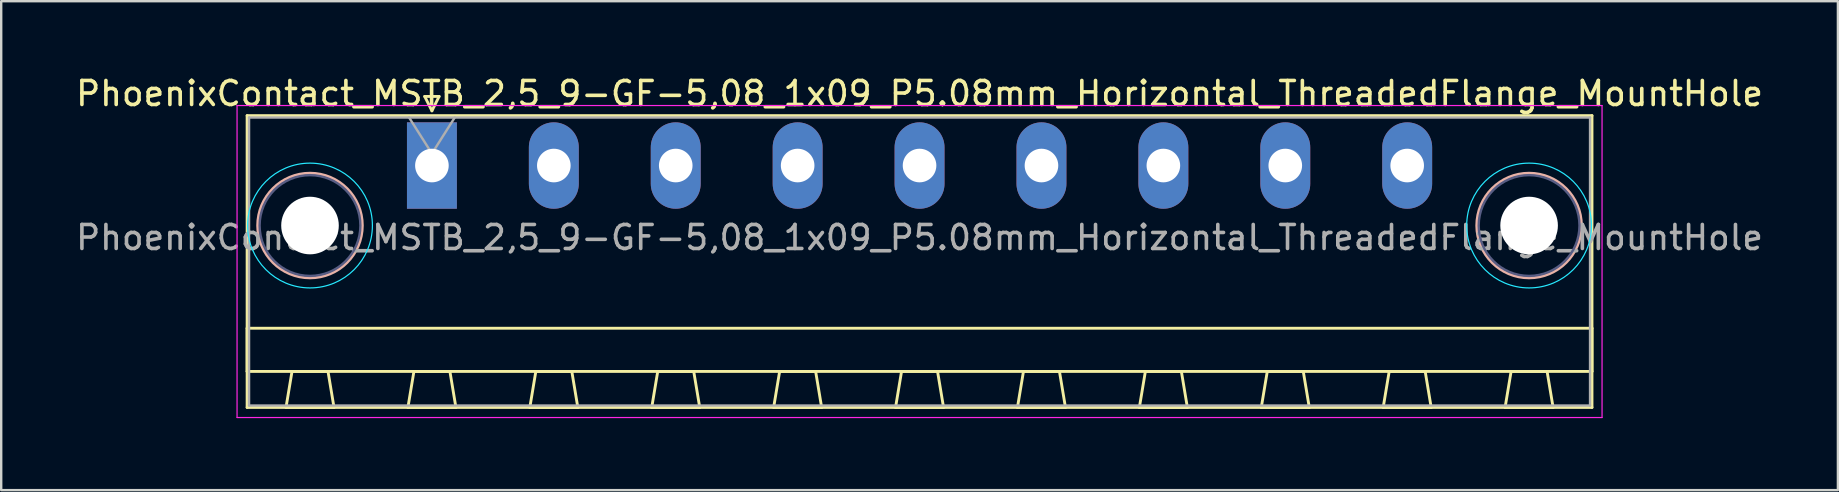
<source format=kicad_pcb>
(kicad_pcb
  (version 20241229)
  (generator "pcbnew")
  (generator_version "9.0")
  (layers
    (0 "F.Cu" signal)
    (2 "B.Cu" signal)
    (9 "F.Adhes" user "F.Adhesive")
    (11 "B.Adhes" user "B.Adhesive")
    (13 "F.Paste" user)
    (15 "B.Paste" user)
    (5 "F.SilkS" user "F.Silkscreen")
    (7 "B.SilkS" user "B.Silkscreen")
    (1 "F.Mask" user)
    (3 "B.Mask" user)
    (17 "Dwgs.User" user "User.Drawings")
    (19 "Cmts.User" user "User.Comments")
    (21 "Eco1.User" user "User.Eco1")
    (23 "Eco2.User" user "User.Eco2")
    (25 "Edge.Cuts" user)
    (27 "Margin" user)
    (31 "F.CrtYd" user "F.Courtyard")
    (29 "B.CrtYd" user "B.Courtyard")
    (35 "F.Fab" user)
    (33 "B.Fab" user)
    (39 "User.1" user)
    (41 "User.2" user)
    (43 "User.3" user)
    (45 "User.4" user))
  (footprint "PhoenixContact_MSTB_2,5_9-GF-5,08_1x09_P5.08mm_Horizontal_ThreadedFlange_MountHole"
    (layer "F.Cu")
    (at 14.948 3.848)
    (property "Reference" "PhoenixContact_MSTB_2,5_9-GF-5,08_1x09_P5.08mm_Horizontal_ThreadedFlange_MountHole" (at 20.32 -3 0) (layer "F.SilkS") (effects (font (size 1 1) (thickness 0.15))))
    (attr through_hole)
    (fp_line (start -7.7 -2.08) (end -7.7 10.08) (stroke (width 0.12) (type solid)) (layer "F.SilkS"))
    (fp_line (start -7.7 6.78) (end 48.34 6.78) (stroke (width 0.12) (type solid)) (layer "F.SilkS"))
    (fp_line (start -7.7 8.58) (end -7.7 6.78) (stroke (width 0.12) (type solid)) (layer "F.SilkS"))
    (fp_line (start -7.7 10.08) (end 48.34 10.08) (stroke (width 0.12) (type solid)) (layer "F.SilkS"))
    (fp_line (start -6.08 10.08) (end -4.08 10.08) (stroke (width 0.12) (type solid)) (layer "F.SilkS"))
    (fp_line (start -5.83 8.58) (end -6.08 10.08) (stroke (width 0.12) (type solid)) (layer "F.SilkS"))
    (fp_line (start -4.33 8.58) (end -5.83 8.58) (stroke (width 0.12) (type solid)) (layer "F.SilkS"))
    (fp_line (start -4.08 10.08) (end -4.33 8.58) (stroke (width 0.12) (type solid)) (layer "F.SilkS"))
    (fp_line (start -1 10.08) (end 1 10.08) (stroke (width 0.12) (type solid)) (layer "F.SilkS"))
    (fp_line (start -0.75 8.58) (end -1 10.08) (stroke (width 0.12) (type solid)) (layer "F.SilkS"))
    (fp_line (start -0.3 -2.88) (end 0.3 -2.88) (stroke (width 0.12) (type solid)) (layer "F.SilkS"))
    (fp_line (start 0 -2.28) (end -0.3 -2.88) (stroke (width 0.12) (type solid)) (layer "F.SilkS"))
    (fp_line (start 0.3 -2.88) (end 0 -2.28) (stroke (width 0.12) (type solid)) (layer "F.SilkS"))
    (fp_line (start 0.75 8.58) (end -0.75 8.58) (stroke (width 0.12) (type solid)) (layer "F.SilkS"))
    (fp_line (start 1 10.08) (end 0.75 8.58) (stroke (width 0.12) (type solid)) (layer "F.SilkS"))
    (fp_line (start 4.08 10.08) (end 6.08 10.08) (stroke (width 0.12) (type solid)) (layer "F.SilkS"))
    (fp_line (start 4.33 8.58) (end 4.08 10.08) (stroke (width 0.12) (type solid)) (layer "F.SilkS"))
    (fp_line (start 5.83 8.58) (end 4.33 8.58) (stroke (width 0.12) (type solid)) (layer "F.SilkS"))
    (fp_line (start 6.08 10.08) (end 5.83 8.58) (stroke (width 0.12) (type solid)) (layer "F.SilkS"))
    (fp_line (start 9.16 10.08) (end 11.16 10.08) (stroke (width 0.12) (type solid)) (layer "F.SilkS"))
    (fp_line (start 9.41 8.58) (end 9.16 10.08) (stroke (width 0.12) (type solid)) (layer "F.SilkS"))
    (fp_line (start 10.91 8.58) (end 9.41 8.58) (stroke (width 0.12) (type solid)) (layer "F.SilkS"))
    (fp_line (start 11.16 10.08) (end 10.91 8.58) (stroke (width 0.12) (type solid)) (layer "F.SilkS"))
    (fp_line (start 14.24 10.08) (end 16.24 10.08) (stroke (width 0.12) (type solid)) (layer "F.SilkS"))
    (fp_line (start 14.49 8.58) (end 14.24 10.08) (stroke (width 0.12) (type solid)) (layer "F.SilkS"))
    (fp_line (start 15.99 8.58) (end 14.49 8.58) (stroke (width 0.12) (type solid)) (layer "F.SilkS"))
    (fp_line (start 16.24 10.08) (end 15.99 8.58) (stroke (width 0.12) (type solid)) (layer "F.SilkS"))
    (fp_line (start 19.32 10.08) (end 21.32 10.08) (stroke (width 0.12) (type solid)) (layer "F.SilkS"))
    (fp_line (start 19.57 8.58) (end 19.32 10.08) (stroke (width 0.12) (type solid)) (layer "F.SilkS"))
    (fp_line (start 21.07 8.58) (end 19.57 8.58) (stroke (width 0.12) (type solid)) (layer "F.SilkS"))
    (fp_line (start 21.32 10.08) (end 21.07 8.58) (stroke (width 0.12) (type solid)) (layer "F.SilkS"))
    (fp_line (start 24.4 10.08) (end 26.4 10.08) (stroke (width 0.12) (type solid)) (layer "F.SilkS"))
    (fp_line (start 24.65 8.58) (end 24.4 10.08) (stroke (width 0.12) (type solid)) (layer "F.SilkS"))
    (fp_line (start 26.15 8.58) (end 24.65 8.58) (stroke (width 0.12) (type solid)) (layer "F.SilkS"))
    (fp_line (start 26.4 10.08) (end 26.15 8.58) (stroke (width 0.12) (type solid)) (layer "F.SilkS"))
    (fp_line (start 29.48 10.08) (end 31.48 10.08) (stroke (width 0.12) (type solid)) (layer "F.SilkS"))
    (fp_line (start 29.73 8.58) (end 29.48 10.08) (stroke (width 0.12) (type solid)) (layer "F.SilkS"))
    (fp_line (start 31.23 8.58) (end 29.73 8.58) (stroke (width 0.12) (type solid)) (layer "F.SilkS"))
    (fp_line (start 31.48 10.08) (end 31.23 8.58) (stroke (width 0.12) (type solid)) (layer "F.SilkS"))
    (fp_line (start 34.56 10.08) (end 36.56 10.08) (stroke (width 0.12) (type solid)) (layer "F.SilkS"))
    (fp_line (start 34.81 8.58) (end 34.56 10.08) (stroke (width 0.12) (type solid)) (layer "F.SilkS"))
    (fp_line (start 36.31 8.58) (end 34.81 8.58) (stroke (width 0.12) (type solid)) (layer "F.SilkS"))
    (fp_line (start 36.56 10.08) (end 36.31 8.58) (stroke (width 0.12) (type solid)) (layer "F.SilkS"))
    (fp_line (start 39.64 10.08) (end 41.64 10.08) (stroke (width 0.12) (type solid)) (layer "F.SilkS"))
    (fp_line (start 39.89 8.58) (end 39.64 10.08) (stroke (width 0.12) (type solid)) (layer "F.SilkS"))
    (fp_line (start 41.39 8.58) (end 39.89 8.58) (stroke (width 0.12) (type solid)) (layer "F.SilkS"))
    (fp_line (start 41.64 10.08) (end 41.39 8.58) (stroke (width 0.12) (type solid)) (layer "F.SilkS"))
    (fp_line (start 44.72 10.08) (end 46.72 10.08) (stroke (width 0.12) (type solid)) (layer "F.SilkS"))
    (fp_line (start 44.97 8.58) (end 44.72 10.08) (stroke (width 0.12) (type solid)) (layer "F.SilkS"))
    (fp_line (start 46.47 8.58) (end 44.97 8.58) (stroke (width 0.12) (type solid)) (layer "F.SilkS"))
    (fp_line (start 46.72 10.08) (end 46.47 8.58) (stroke (width 0.12) (type solid)) (layer "F.SilkS"))
    (fp_line (start 48.34 -2.08) (end -7.7 -2.08) (stroke (width 0.12) (type solid)) (layer "F.SilkS"))
    (fp_line (start 48.34 6.78) (end 48.34 8.58) (stroke (width 0.12) (type solid)) (layer "F.SilkS"))
    (fp_line (start 48.34 8.58) (end -7.7 8.58) (stroke (width 0.12) (type solid)) (layer "F.SilkS"))
    (fp_line (start 48.34 10.08) (end 48.34 -2.08) (stroke (width 0.12) (type solid)) (layer "F.SilkS"))
    (fp_circle (center -5.08 2.5) (end -2.9 2.5) (stroke (width 0.12) (type solid)) (fill no) (layer "B.SilkS"))
    (fp_circle (center 45.72 2.5) (end 47.9 2.5) (stroke (width 0.12) (type solid)) (fill no) (layer "B.SilkS"))
    (fp_circle (center -5.08 2.5) (end -2.48 2.5) (stroke (width 0.05) (type solid)) (fill no) (layer "B.CrtYd"))
    (fp_circle (center 45.72 2.5) (end 48.32 2.5) (stroke (width 0.05) (type solid)) (fill no) (layer "B.CrtYd"))
    (fp_line (start -8.12 -2.5) (end -8.12 10.5) (stroke (width 0.05) (type solid)) (layer "F.CrtYd"))
    (fp_line (start -8.12 10.5) (end 48.76 10.5) (stroke (width 0.05) (type solid)) (layer "F.CrtYd"))
    (fp_line (start 48.76 -2.5) (end -8.12 -2.5) (stroke (width 0.05) (type solid)) (layer "F.CrtYd"))
    (fp_line (start 48.76 10.5) (end 48.76 -2.5) (stroke (width 0.05) (type solid)) (layer "F.CrtYd"))
    (fp_circle (center -5.08 2.5) (end -2.98 2.5) (stroke (width 0.1) (type solid)) (fill no) (layer "B.Fab"))
    (fp_circle (center 45.72 2.5) (end 47.82 2.5) (stroke (width 0.1) (type solid)) (fill no) (layer "B.Fab"))
    (fp_line (start -7.62 -2) (end -7.62 10) (stroke (width 0.1) (type solid)) (layer "F.Fab"))
    (fp_line (start -7.62 10) (end 48.26 10) (stroke (width 0.1) (type solid)) (layer "F.Fab"))
    (fp_line (start 0 -0.5) (end -0.95 -2) (stroke (width 0.1) (type solid)) (layer "F.Fab"))
    (fp_line (start 0.95 -2) (end 0 -0.5) (stroke (width 0.1) (type solid)) (layer "F.Fab"))
    (fp_line (start 48.26 -2) (end -7.62 -2) (stroke (width 0.1) (type solid)) (layer "F.Fab"))
    (fp_line (start 48.26 10) (end 48.26 -2) (stroke (width 0.1) (type solid)) (layer "F.Fab"))
    (fp_text user "${REFERENCE}" (at 20.32 3 0) (layer "F.Fab") (effects (font (size 1 1) (thickness 0.15))))
    (pad "" np_thru_hole circle (at -5.08 2.5) (size 2.4 2.4) (drill 2.4) (layers "*.Cu" "*.Mask"))
    (pad "" np_thru_hole circle (at 45.72 2.5) (size 2.4 2.4) (drill 2.4) (layers "*.Cu" "*.Mask"))
    (pad "1" thru_hole rect (at 0 0) (size 2.08 3.6) (drill 1.4) (layers "*.Cu" "*.Mask"))
    (pad "2" thru_hole oval (at 5.08 0) (size 2.08 3.6) (drill 1.4) (layers "*.Cu" "*.Mask"))
    (pad "3" thru_hole oval (at 10.16 0) (size 2.08 3.6) (drill 1.4) (layers "*.Cu" "*.Mask"))
    (pad "4" thru_hole oval (at 15.24 0) (size 2.08 3.6) (drill 1.4) (layers "*.Cu" "*.Mask"))
    (pad "5" thru_hole oval (at 20.32 0) (size 2.08 3.6) (drill 1.4) (layers "*.Cu" "*.Mask"))
    (pad "6" thru_hole oval (at 25.4 0) (size 2.08 3.6) (drill 1.4) (layers "*.Cu" "*.Mask"))
    (pad "7" thru_hole oval (at 30.48 0) (size 2.08 3.6) (drill 1.4) (layers "*.Cu" "*.Mask"))
    (pad "8" thru_hole oval (at 35.56 0) (size 2.08 3.6) (drill 1.4) (layers "*.Cu" "*.Mask"))
    (pad "9" thru_hole oval (at 40.64 0) (size 2.08 3.6) (drill 1.4) (layers "*.Cu" "*.Mask")))
  (gr_rect
    (start -3 -3)
    (end 73.536 17.373)
    (stroke (width 0.1) (type default))
    (fill no)
    (layer "Edge.Cuts")))
</source>
